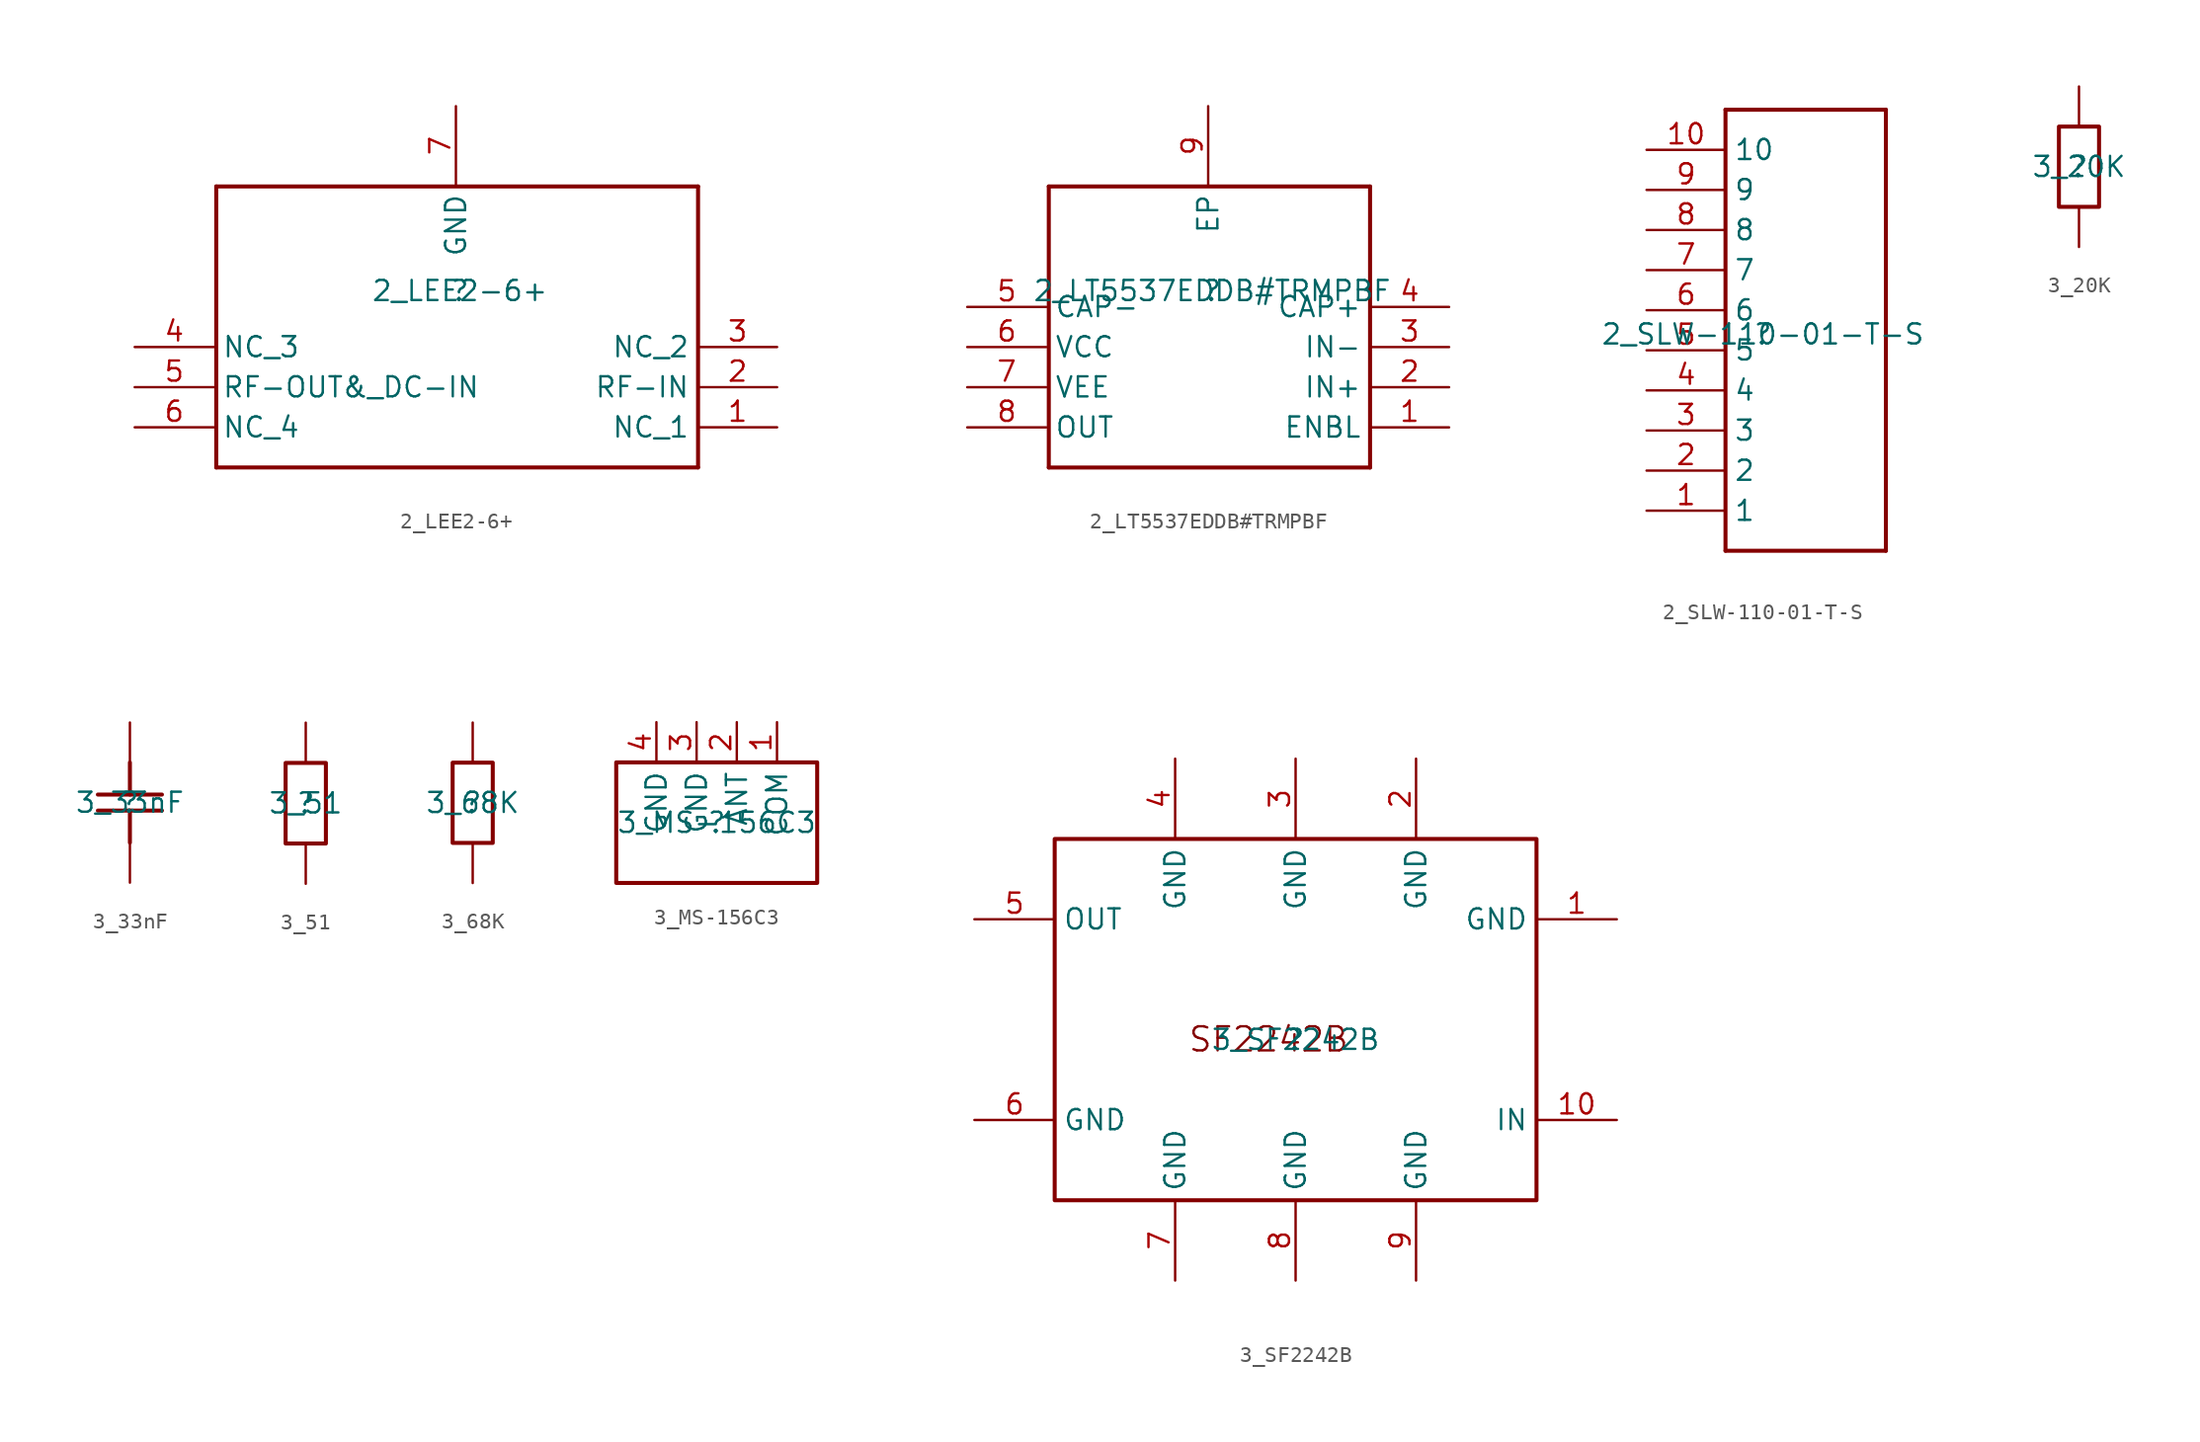
<source format=kicad_sym>
(kicad_symbol_lib
  (version 20211014)
  (generator kicad_symbol_editor)
  (symbol "2_LEE2-6+"
    (property "Reference" ""
      (at 0 0 0)
      (effects (font (size 1.27 1.27))))
    (property "Value" "2_LEE2-6+"
      (at 0 0 0)
      (effects (font (size 1.27 1.27))))
    (symbol "2_LEE2-6+_1_0"
      (polyline (pts (xy -15.415 6.604) (xy -15.415 -11.176)) (stroke (width 0.254) (type default) (color 0 0 0 0)) (fill (type none)))
      (polyline (pts (xy -15.415 6.604) (xy 15.065 6.604)) (stroke (width 0.254) (type default) (color 0 0 0 0)) (fill (type none)))
      (polyline (pts (xy 15.065 -11.176) (xy -15.415 -11.176)) (stroke (width 0.254) (type default) (color 0 0 0 0)) (fill (type none)))
      (polyline (pts (xy 15.065 -11.176) (xy 15.065 6.604)) (stroke (width 0.254) (type default) (color 0 0 0 0)) (fill (type none)))
      (pin passive line (at 20.066 -8.636 180) (length 5) (name "NC_1" (effects (font (size 1.27 1.27)))) (number "1" (effects (font (size 1.27 1.27)))))
      (pin passive line (at 20.066 -6.096 180) (length 5) (name "RF-IN" (effects (font (size 1.27 1.27)))) (number "2" (effects (font (size 1.27 1.27)))))
      (pin passive line (at 20.066 -3.556 180) (length 5) (name "NC_2" (effects (font (size 1.27 1.27)))) (number "3" (effects (font (size 1.27 1.27)))))
      (pin passive line (at -20.574 -3.556 0) (length 5) (name "NC_3" (effects (font (size 1.27 1.27)))) (number "4" (effects (font (size 1.27 1.27)))))
      (pin passive line (at -20.574 -6.096 0) (length 5) (name "RF-OUT&_DC-IN" (effects (font (size 1.27 1.27)))) (number "5" (effects (font (size 1.27 1.27)))))
      (pin passive line (at -20.574 -8.636 0) (length 5) (name "NC_4" (effects (font (size 1.27 1.27)))) (number "6" (effects (font (size 1.27 1.27)))))
      (pin passive line (at -0.254 11.684 270) (length 5) (name "GND" (effects (font (size 1.27 1.27)))) (number "7" (effects (font (size 1.27 1.27)))))))
  (symbol "2_LT5537EDDB#TRMPBF"
    (property "Reference" ""
      (at 0 0 0)
      (effects (font (size 1.27 1.27))))
    (property "Value" "2_LT5537EDDB#TRMPBF"
      (at 0 0 0)
      (effects (font (size 1.27 1.27))))
    (symbol "2_LT5537EDDB#TRMPBF_1_0"
      (polyline (pts (xy -10.335 6.604) (xy -10.335 -11.176)) (stroke (width 0.254) (type default) (color 0 0 0 0)) (fill (type none)))
      (polyline (pts (xy -10.335 6.604) (xy 9.985 6.604)) (stroke (width 0.254) (type default) (color 0 0 0 0)) (fill (type none)))
      (polyline (pts (xy 9.985 -11.176) (xy -10.335 -11.176)) (stroke (width 0.254) (type default) (color 0 0 0 0)) (fill (type none)))
      (polyline (pts (xy 9.985 -11.176) (xy 9.985 6.604)) (stroke (width 0.254) (type default) (color 0 0 0 0)) (fill (type none)))
      (pin passive line (at 14.986 -8.636 180) (length 5) (name "ENBL" (effects (font (size 1.27 1.27)))) (number "1" (effects (font (size 1.27 1.27)))))
      (pin passive line (at 14.986 -6.096 180) (length 5) (name "IN+" (effects (font (size 1.27 1.27)))) (number "2" (effects (font (size 1.27 1.27)))))
      (pin passive line (at 14.986 -3.556 180) (length 5) (name "IN-" (effects (font (size 1.27 1.27)))) (number "3" (effects (font (size 1.27 1.27)))))
      (pin passive line (at 14.986 -1.016 180) (length 5) (name "CAP+" (effects (font (size 1.27 1.27)))) (number "4" (effects (font (size 1.27 1.27)))))
      (pin passive line (at -15.494 -1.016 0) (length 5) (name "CAP-" (effects (font (size 1.27 1.27)))) (number "5" (effects (font (size 1.27 1.27)))))
      (pin passive line (at -15.494 -3.556 0) (length 5) (name "VCC" (effects (font (size 1.27 1.27)))) (number "6" (effects (font (size 1.27 1.27)))))
      (pin passive line (at -15.494 -6.096 0) (length 5) (name "VEE" (effects (font (size 1.27 1.27)))) (number "7" (effects (font (size 1.27 1.27)))))
      (pin passive line (at -15.494 -8.636 0) (length 5) (name "OUT" (effects (font (size 1.27 1.27)))) (number "8" (effects (font (size 1.27 1.27)))))
      (pin passive line (at -0.254 11.684 270) (length 5) (name "EP" (effects (font (size 1.27 1.27)))) (number "9" (effects (font (size 1.27 1.27)))))))
  (symbol "2_SLW-110-01-T-S"
    (property "Reference" ""
      (at 0 0 0)
      (effects (font (size 1.27 1.27))))
    (property "Value" "2_SLW-110-01-T-S"
      (at 0 0 0)
      (effects (font (size 1.27 1.27))))
    (symbol "2_SLW-110-01-T-S_1_0"
      (polyline (pts (xy -2.367 -13.716) (xy -2.367 14.224)) (stroke (width 0.254) (type default) (color 0 0 0 0)) (fill (type none)))
      (polyline (pts (xy -2.367 -13.716) (xy 7.793 -13.716)) (stroke (width 0.254) (type default) (color 0 0 0 0)) (fill (type none)))
      (polyline (pts (xy 7.793 14.224) (xy -2.367 14.224)) (stroke (width 0.254) (type default) (color 0 0 0 0)) (fill (type none)))
      (polyline (pts (xy 7.793 14.224) (xy 7.793 -13.716)) (stroke (width 0.254) (type default) (color 0 0 0 0)) (fill (type none)))
      (pin passive line (at -7.366 -11.176 0) (length 5) (name "1" (effects (font (size 1.27 1.27)))) (number "1" (effects (font (size 1.27 1.27)))))
      (pin passive line (at -7.366 11.684 0) (length 5) (name "10" (effects (font (size 1.27 1.27)))) (number "10" (effects (font (size 1.27 1.27)))))
      (pin passive line (at -7.366 -8.636 0) (length 5) (name "2" (effects (font (size 1.27 1.27)))) (number "2" (effects (font (size 1.27 1.27)))))
      (pin passive line (at -7.366 -6.096 0) (length 5) (name "3" (effects (font (size 1.27 1.27)))) (number "3" (effects (font (size 1.27 1.27)))))
      (pin passive line (at -7.366 -3.556 0) (length 5) (name "4" (effects (font (size 1.27 1.27)))) (number "4" (effects (font (size 1.27 1.27)))))
      (pin passive line (at -7.366 -1.016 0) (length 5) (name "5" (effects (font (size 1.27 1.27)))) (number "5" (effects (font (size 1.27 1.27)))))
      (pin passive line (at -7.366 1.524 0) (length 5) (name "6" (effects (font (size 1.27 1.27)))) (number "6" (effects (font (size 1.27 1.27)))))
      (pin passive line (at -7.366 4.064 0) (length 5) (name "7" (effects (font (size 1.27 1.27)))) (number "7" (effects (font (size 1.27 1.27)))))
      (pin passive line (at -7.366 6.604 0) (length 5) (name "8" (effects (font (size 1.27 1.27)))) (number "8" (effects (font (size 1.27 1.27)))))
      (pin passive line (at -7.366 9.144 0) (length 5) (name "9" (effects (font (size 1.27 1.27)))) (number "9" (effects (font (size 1.27 1.27)))))))
  (symbol "3_20K"
    (property "Reference" ""
      (at 0 0 0)
      (effects (font (size 1.27 1.27))))
    (property "Value" "3_20K"
      (at 0 0 0)
      (effects (font (size 1.27 1.27))))
    (symbol "3_20K_1_0"
      (rectangle (start 1.27 2.54) (end -1.27 -2.54) (stroke (width 0.254) (type default) (color 0 0 0 0)) (fill (type none)))
      (pin passive line (at 0 5.08 270) (length 2.54) (name "1" (effects (font (size 0 0)))) (number "1" (effects (font (size 0 0)))))
      (pin passive line (at 0 -5.08 90) (length 2.54) (name "2" (effects (font (size 0 0)))) (number "2" (effects (font (size 0 0)))))))
  (symbol "3_33nF"
    (property "Reference" ""
      (at 0 0 0)
      (effects (font (size 1.27 1.27))))
    (property "Value" "3_33nF"
      (at 0 0 0)
      (effects (font (size 1.27 1.27))))
    (symbol "3_33nF_1_0"
      (polyline (pts (xy -2.032 0.508) (xy 2.032 0.508)) (stroke (width 0.254) (type default) (color 0 0 0 0)) (fill (type none)))
      (polyline (pts (xy 0 -2.54) (xy 0 -0.508)) (stroke (width 0.254) (type default) (color 0 0 0 0)) (fill (type none)))
      (polyline (pts (xy 0 0.508) (xy 0 2.54)) (stroke (width 0.254) (type default) (color 0 0 0 0)) (fill (type none)))
      (polyline (pts (xy 2.032 -0.508) (xy -2.032 -0.508)) (stroke (width 0.254) (type default) (color 0 0 0 0)) (fill (type none)))
      (pin passive line (at 0 5.08 270) (length 2.54) (name "1" (effects (font (size 0 0)))) (number "1" (effects (font (size 0 0)))))
      (pin passive line (at 0 -5.08 90) (length 2.54) (name "2" (effects (font (size 0 0)))) (number "2" (effects (font (size 0 0)))))))
  (symbol "3_51"
    (property "Reference" ""
      (at 0 0 0)
      (effects (font (size 1.27 1.27))))
    (property "Value" "3_51"
      (at 0 0 0)
      (effects (font (size 1.27 1.27))))
    (symbol "3_51_1_0"
      (rectangle (start 1.27 2.54) (end -1.27 -2.54) (stroke (width 0.254) (type default) (color 0 0 0 0)) (fill (type none)))
      (pin passive line (at 0 5.08 270) (length 2.54) (name "1" (effects (font (size 0 0)))) (number "1" (effects (font (size 0 0)))))
      (pin passive line (at 0 -5.08 90) (length 2.54) (name "2" (effects (font (size 0 0)))) (number "2" (effects (font (size 0 0)))))))
  (symbol "3_68K"
    (property "Reference" ""
      (at 0 0 0)
      (effects (font (size 1.27 1.27))))
    (property "Value" "3_68K"
      (at 0 0 0)
      (effects (font (size 1.27 1.27))))
    (symbol "3_68K_1_0"
      (rectangle (start 1.27 2.54) (end -1.27 -2.54) (stroke (width 0.254) (type default) (color 0 0 0 0)) (fill (type none)))
      (pin passive line (at 0 5.08 270) (length 2.54) (name "1" (effects (font (size 0 0)))) (number "1" (effects (font (size 0 0)))))
      (pin passive line (at 0 -5.08 90) (length 2.54) (name "2" (effects (font (size 0 0)))) (number "2" (effects (font (size 0 0)))))))
  (symbol "3_MS-156C3"
    (property "Reference" ""
      (at 0 0 0)
      (effects (font (size 1.27 1.27))))
    (property "Value" "3_MS-156C3"
      (at 0 0 0)
      (effects (font (size 1.27 1.27))))
    (symbol "3_MS-156C3_1_0"
      (rectangle (start 6.35 3.81) (end -6.35 -3.81) (stroke (width 0.254) (type default) (color 0 0 0 0)) (fill (type none)))
      (pin passive line (at 3.81 6.35 270) (length 2.54) (name "COM" (effects (font (size 1.27 1.27)))) (number "1" (effects (font (size 1.27 1.27)))))
      (pin passive line (at 1.27 6.35 270) (length 2.54) (name "ANT" (effects (font (size 1.27 1.27)))) (number "2" (effects (font (size 1.27 1.27)))))
      (pin passive line (at -1.27 6.35 270) (length 2.54) (name "GND" (effects (font (size 1.27 1.27)))) (number "3" (effects (font (size 1.27 1.27)))))
      (pin passive line (at -3.81 6.35 270) (length 2.54) (name "GND" (effects (font (size 1.27 1.27)))) (number "4" (effects (font (size 1.27 1.27)))))))
  (symbol "3_SF2242B"
    (property "Reference" ""
      (at 0 0 0)
      (effects (font (size 1.27 1.27))))
    (property "Value" "3_SF2242B"
      (at 0 0 0)
      (effects (font (size 1.27 1.27))))
    (symbol "3_SF2242B_1_0"
      (rectangle (start 15.24 12.7) (end -15.24 -10.16) (stroke (width 0.254) (type default) (color 0 0 0 0)) (fill (type none)))
      (text "SF2242B" (at -6.85 -0.869 0) (effects (font (size 1.524 1.524)) (justify left bottom)))
      (pin passive line (at 20.32 7.62 180) (length 5.08) (name "GND" (effects (font (size 1.27 1.27)))) (number "1" (effects (font (size 1.27 1.27)))))
      (pin passive line (at 20.32 -5.08 180) (length 5.08) (name "IN" (effects (font (size 1.27 1.27)))) (number "10" (effects (font (size 1.27 1.27)))))
      (pin passive line (at 7.62 17.78 270) (length 5.08) (name "GND" (effects (font (size 1.27 1.27)))) (number "2" (effects (font (size 1.27 1.27)))))
      (pin passive line (at 0 17.78 270) (length 5.08) (name "GND" (effects (font (size 1.27 1.27)))) (number "3" (effects (font (size 1.27 1.27)))))
      (pin passive line (at -7.62 17.78 270) (length 5.08) (name "GND" (effects (font (size 1.27 1.27)))) (number "4" (effects (font (size 1.27 1.27)))))
      (pin passive line (at -20.32 7.62 0) (length 5.08) (name "OUT" (effects (font (size 1.27 1.27)))) (number "5" (effects (font (size 1.27 1.27)))))
      (pin passive line (at -20.32 -5.08 0) (length 5.08) (name "GND" (effects (font (size 1.27 1.27)))) (number "6" (effects (font (size 1.27 1.27)))))
      (pin passive line (at -7.62 -15.24 90) (length 5.08) (name "GND" (effects (font (size 1.27 1.27)))) (number "7" (effects (font (size 1.27 1.27)))))
      (pin passive line (at 0 -15.24 90) (length 5.08) (name "GND" (effects (font (size 1.27 1.27)))) (number "8" (effects (font (size 1.27 1.27)))))
      (pin passive line (at 7.62 -15.24 90) (length 5.08) (name "GND" (effects (font (size 1.27 1.27)))) (number "9" (effects (font (size 1.27 1.27))))))))
</source>
